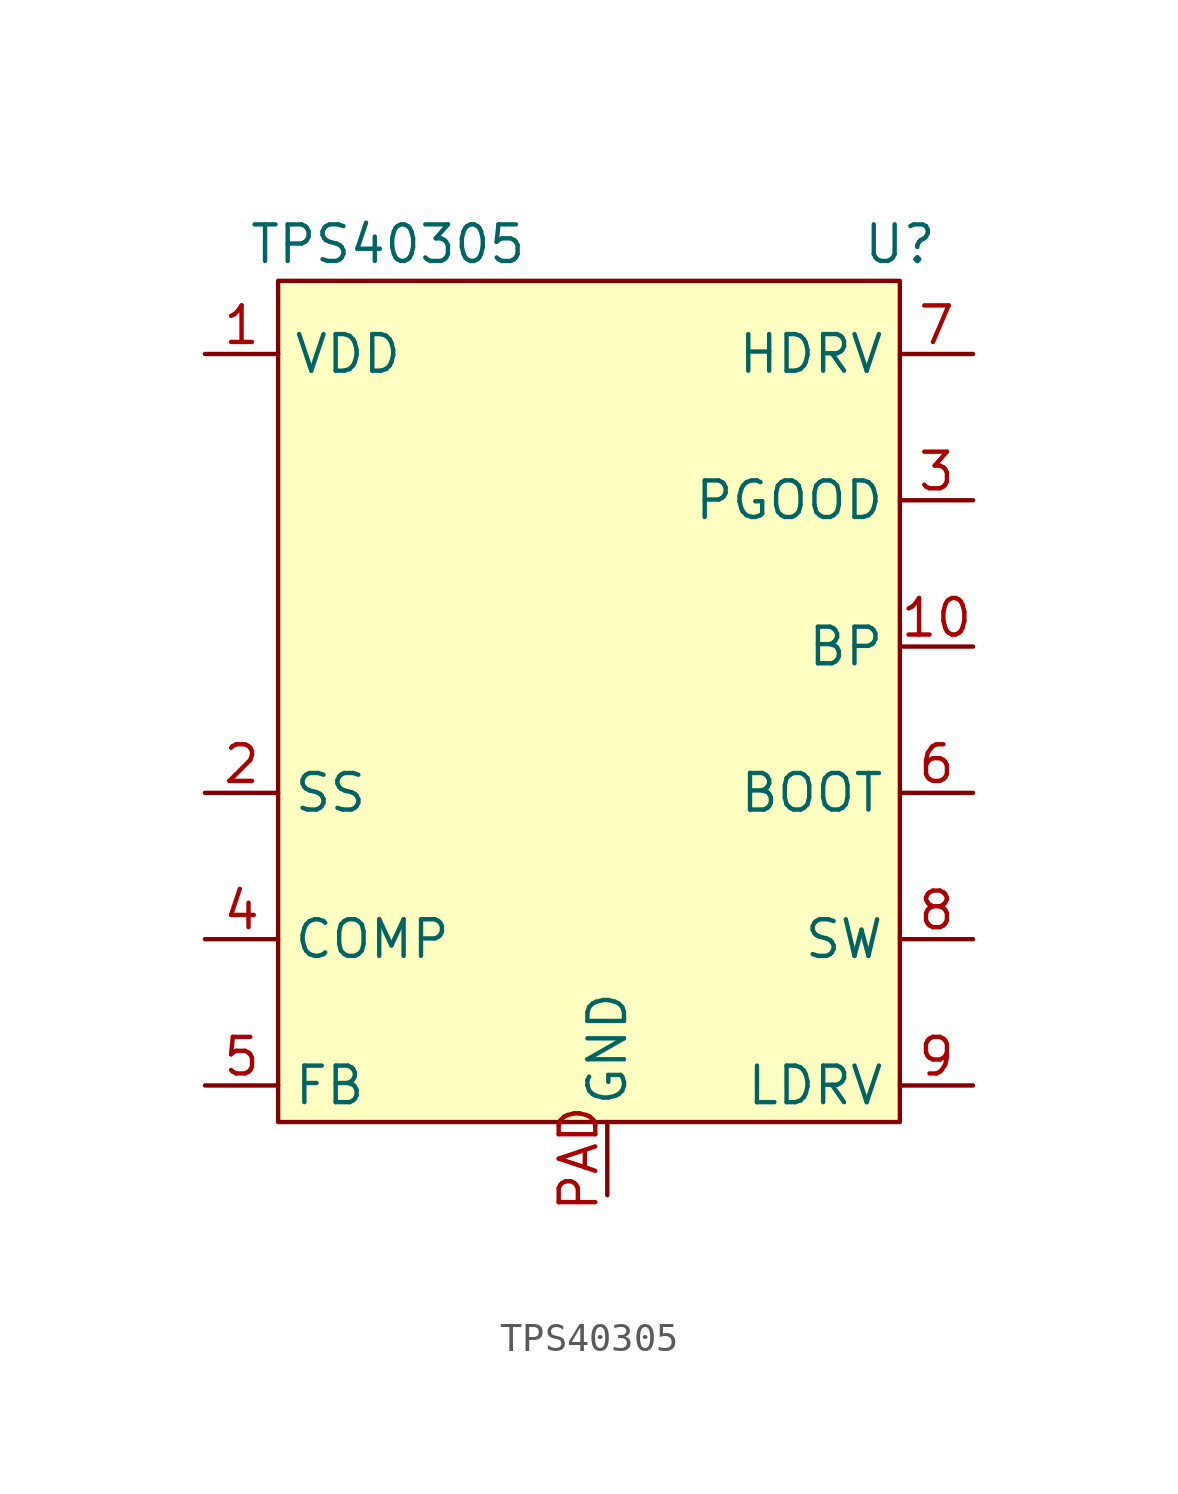
<source format=kicad_sym>
(kicad_symbol_lib
  (version 20211014)
  (generator kicad_symbol_editor)
  (symbol "TPS40305"
    (property "Reference" "U"
      (at 10.16 16.51 0)
      (effects (font (size 1.27 1.27))))
    (property "Value" "TPS40305"
      (at -7.62 16.51 0)
      (effects (font (size 1.27 1.27))))
    (symbol "TPS40305_0_1"
      (rectangle (start -11.43 15.24) (end 10.16 -13.97) (stroke (width 0.152) (type default) (color 0 0 0 0)) (fill (type background))))
    (symbol "TPS40305_1_1"
      (pin input line (at -13.97 12.7 0) (length 2.54) (name "VDD" (effects (font (size 1.27 1.27)))) (number "1" (effects (font (size 1.27 1.27)))))
      (pin input line (at 12.7 2.54 180) (length 2.54) (name "BP" (effects (font (size 1.27 1.27)))) (number "10" (effects (font (size 1.27 1.27)))))
      (pin input line (at -13.97 -2.54 0) (length 2.54) (name "SS" (effects (font (size 1.27 1.27)))) (number "2" (effects (font (size 1.27 1.27)))))
      (pin input line (at 12.7 7.62 180) (length 2.54) (name "PGOOD" (effects (font (size 1.27 1.27)))) (number "3" (effects (font (size 1.27 1.27)))))
      (pin input line (at -13.97 -7.62 0) (length 2.54) (name "COMP" (effects (font (size 1.27 1.27)))) (number "4" (effects (font (size 1.27 1.27)))))
      (pin input line (at -13.97 -12.7 0) (length 2.54) (name "FB" (effects (font (size 1.27 1.27)))) (number "5" (effects (font (size 1.27 1.27)))))
      (pin input line (at 12.7 -2.54 180) (length 2.54) (name "BOOT" (effects (font (size 1.27 1.27)))) (number "6" (effects (font (size 1.27 1.27)))))
      (pin input line (at 12.7 12.7 180) (length 2.54) (name "HDRV" (effects (font (size 1.27 1.27)))) (number "7" (effects (font (size 1.27 1.27)))))
      (pin input line (at 12.7 -7.62 180) (length 2.54) (name "SW" (effects (font (size 1.27 1.27)))) (number "8" (effects (font (size 1.27 1.27)))))
      (pin input line (at 12.7 -12.7 180) (length 2.54) (name "LDRV" (effects (font (size 1.27 1.27)))) (number "9" (effects (font (size 1.27 1.27)))))
      (pin input line (at 0 -16.51 90) (length 2.54) (name "GND" (effects (font (size 1.27 1.27)))) (number "PAD" (effects (font (size 1.27 1.27))))))))
</source>
